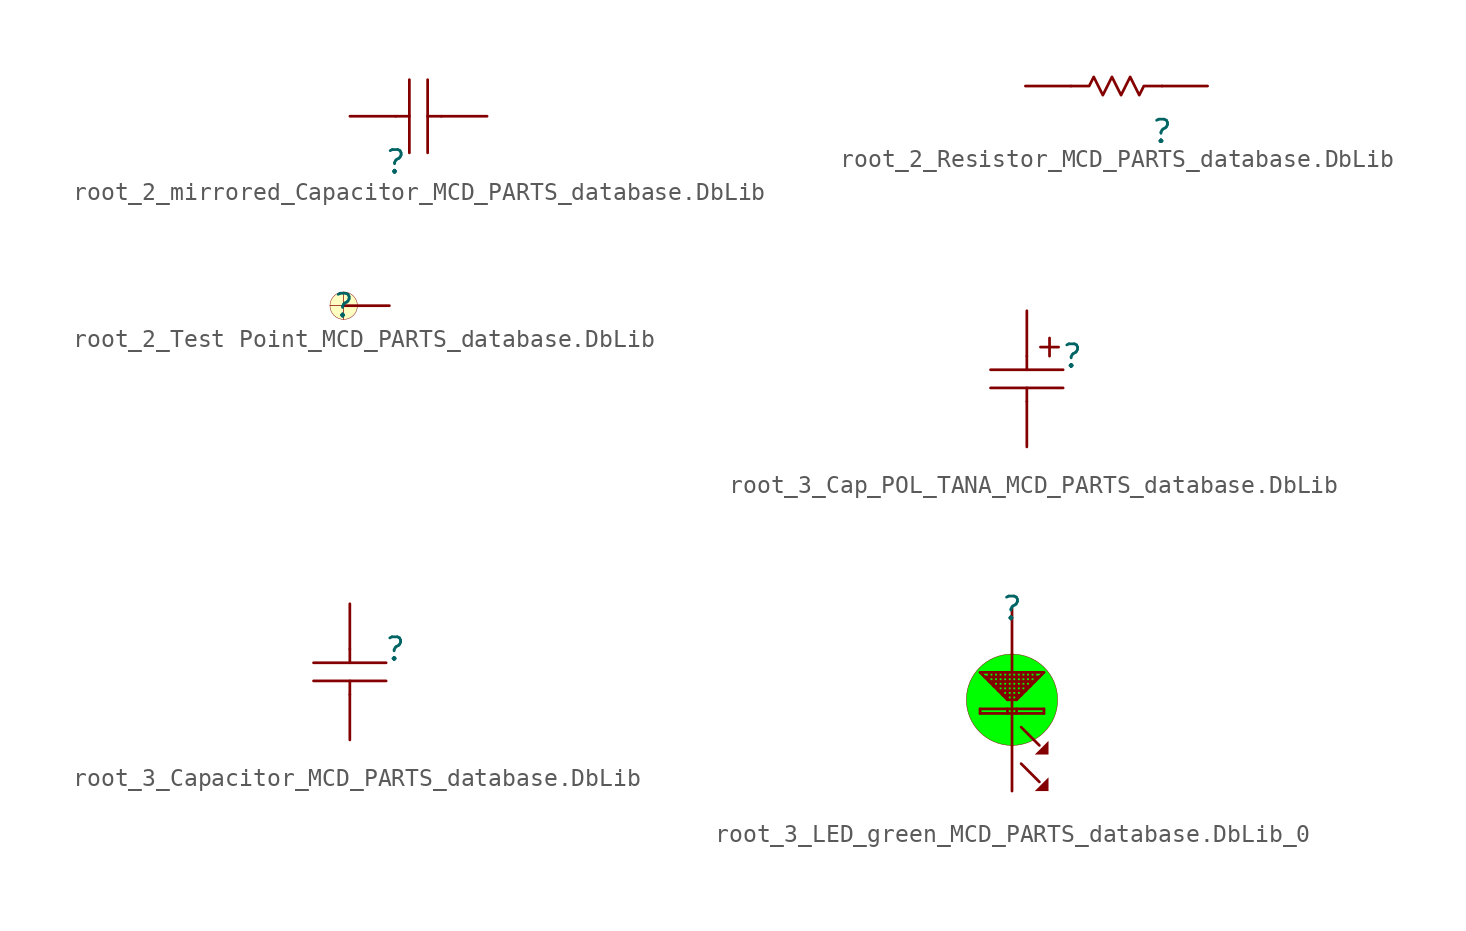
<source format=kicad_sym>
(kicad_symbol_lib
  (version 20241209)
  (generator "kicad_symbol_editor")
  (generator_version "9.0")
  (symbol "root_2_mirrored_Capacitor_MCD_PARTS_database.DbLib"
    (pin_numbers
      (hide yes))
    (pin_names
      (hide yes))
    (property "Reference" ""
      (at 0 0 0)
      (effects (font (size 1.27 1.27))))
    (property "Value" ""
      (at 0 0 0)
      (effects (font (size 1.27 1.27))))
    (symbol "root_2_mirrored_Capacitor_MCD_PARTS_database.DbLib_1_0"
      (polyline (pts (xy 0 2.54) (xy 0.762 2.54)) (stroke (width 0) (type solid)) (fill (type none)))
      (polyline (pts (xy 0.762 4.572) (xy 0.762 0.508)) (stroke (width 0) (type solid)) (fill (type none)))
      (polyline (pts (xy 1.778 0.508) (xy 1.778 4.572)) (stroke (width 0) (type solid)) (fill (type none)))
      (polyline (pts (xy 2.54 2.54) (xy 1.778 2.54)) (stroke (width 0) (type solid)) (fill (type none)))
      (pin passive line (at -2.54 2.54 0) (length 2.54) (name "1" (effects (font (size 1.27 1.27)))) (number "1" (effects (font (size 1.27 1.27)))))
      (pin passive line (at 5.08 2.54 180) (length 2.54) (name "2" (effects (font (size 1.27 1.27)))) (number "2" (effects (font (size 1.27 1.27)))))))
  (symbol "root_2_Resistor_MCD_PARTS_database.DbLib"
    (pin_numbers
      (hide yes))
    (pin_names
      (hide yes))
    (property "Reference" ""
      (at 0 0 0)
      (effects (font (size 1.27 1.27))))
    (property "Value" ""
      (at 0 0 0)
      (effects (font (size 1.27 1.27))))
    (symbol "root_2_Resistor_MCD_PARTS_database.DbLib_1_0"
      (polyline (pts (xy -5.08 2.54) (xy -4.064 2.54) (xy -3.81 3.048) (xy -3.302 2.032) (xy -2.794 3.048) (xy -2.286 2.032) (xy -1.778 3.048) (xy -1.27 2.032) (xy -1.016 2.54) (xy 0 2.54)) (stroke (width 0) (type solid)) (fill (type none)))
      (pin passive line (at -7.62 2.54 0) (length 2.54) (name "2" (effects (font (size 1.27 1.27)))) (number "2" (effects (font (size 1.27 1.27)))))
      (pin passive line (at 2.54 2.54 180) (length 2.54) (name "1" (effects (font (size 1.27 1.27)))) (number "1" (effects (font (size 1.27 1.27)))))))
  (symbol "root_2_Test Point_MCD_PARTS_database.DbLib"
    (pin_numbers
      (hide yes))
    (pin_names
      (hide yes))
    (property "Reference" ""
      (at 0 0 0)
      (effects (font (size 1.27 1.27))))
    (property "Value" ""
      (at 0 0 0)
      (effects (font (size 1.27 1.27))))
    (symbol "root_2_Test Point_MCD_PARTS_database.DbLib_1_0"
      (bezier (pts (xy -0.762 0) (xy -0.762 0) (xy -0.421 0) (xy 0 0)) (stroke (width 0.025) (type solid)) (fill (type background)))
      (bezier (pts (xy 0 0.762) (xy 0 0.762) (xy 0 0.421) (xy 0 0)) (stroke (width 0.025) (type solid)) (fill (type background)))
      (bezier (pts (xy 0 0) (xy -0.421 0) (xy -0.762 0) (xy -0.762 0)) (stroke (width 0.025) (type solid)) (fill (type background)))
      (bezier (pts (xy 0 0) (xy 0 0.421) (xy 0 0.762) (xy 0 0.762)) (stroke (width 0.025) (type solid)) (fill (type background)))
      (polyline (pts (xy 0 0) (xy 0 0.762) (xy 0 0) (xy 0 -0.762) (xy 0 0)) (stroke (width -0.0001) (type default)) (fill (type background)))
      (bezier (pts (xy 0 0) (xy 0 -0.421) (xy 0 -0.762) (xy 0 -0.762)) (stroke (width 0.025) (type solid)) (fill (type background)))
      (circle (center 0 0) (radius 0.762) (stroke (width 0.025) (type solid)) (fill (type background)))
      (bezier (pts (xy 0 0) (xy 0.421 0) (xy 0.762 0) (xy 0.762 0)) (stroke (width 0.025) (type solid)) (fill (type background)))
      (bezier (pts (xy 0 -0.762) (xy 0 -0.762) (xy 0 -0.421) (xy 0 0)) (stroke (width 0.025) (type solid)) (fill (type background)))
      (polyline (pts (xy 0.762 0) (xy 0 0) (xy -0.762 0) (xy 0 0) (xy 0.762 0)) (stroke (width -0.0001) (type default)) (fill (type background)))
      (bezier (pts (xy 0.762 0) (xy 0.762 0) (xy 0.421 0) (xy 0 0)) (stroke (width 0.025) (type solid)) (fill (type background)))
      (pin passive line (at 2.54 0 180) (length 2.54) (name "1" (effects (font (size 1.27 1.27)))) (number "1" (effects (font (size 1.27 1.27)))))))
  (symbol "root_3_Cap_POL_TANA_MCD_PARTS_database.DbLib"
    (pin_numbers
      (hide yes))
    (pin_names
      (hide yes))
    (property "Reference" ""
      (at 0 0 0)
      (effects (font (size 1.27 1.27))))
    (property "Value" ""
      (at 0 0 0)
      (effects (font (size 1.27 1.27))))
    (symbol "root_3_Cap_POL_TANA_MCD_PARTS_database.DbLib_1_0"
      (polyline (pts (xy -4.572 -0.762) (xy -0.508 -0.762)) (stroke (width 0) (type solid)) (fill (type none)))
      (polyline (pts (xy -4.572 -1.778) (xy -0.508 -1.778)) (stroke (width 0) (type solid)) (fill (type none)))
      (polyline (pts (xy -2.54 0) (xy -2.54 -0.762)) (stroke (width 0) (type solid)) (fill (type none)))
      (polyline (pts (xy -2.54 -2.54) (xy -2.54 -1.778)) (stroke (width 0) (type solid)) (fill (type none)))
      (polyline (pts (xy -1.778 0.508) (xy -0.762 0.508)) (stroke (width 0) (type solid)) (fill (type none)))
      (polyline (pts (xy -1.27 0) (xy -1.27 1.016)) (stroke (width 0) (type solid)) (fill (type none)))
      (pin passive line (at -2.54 2.54 270) (length 2.54) (name "1" (effects (font (size 1.27 1.27)))) (number "1" (effects (font (size 1.27 1.27)))))
      (pin passive line (at -2.54 -5.08 90) (length 2.54) (name "2" (effects (font (size 1.27 1.27)))) (number "2" (effects (font (size 1.27 1.27)))))))
  (symbol "root_3_Capacitor_MCD_PARTS_database.DbLib"
    (pin_numbers
      (hide yes))
    (pin_names
      (hide yes))
    (property "Reference" ""
      (at 0 0 0)
      (effects (font (size 1.27 1.27))))
    (property "Value" ""
      (at 0 0 0)
      (effects (font (size 1.27 1.27))))
    (symbol "root_3_Capacitor_MCD_PARTS_database.DbLib_1_0"
      (polyline (pts (xy -4.572 -0.762) (xy -0.508 -0.762)) (stroke (width 0) (type solid)) (fill (type none)))
      (polyline (pts (xy -2.54 0) (xy -2.54 -0.762)) (stroke (width 0) (type solid)) (fill (type none)))
      (polyline (pts (xy -2.54 -2.54) (xy -2.54 -1.778)) (stroke (width 0) (type solid)) (fill (type none)))
      (polyline (pts (xy -0.508 -1.778) (xy -4.572 -1.778)) (stroke (width 0) (type solid)) (fill (type none)))
      (pin passive line (at -2.54 2.54 270) (length 2.54) (name "1" (effects (font (size 1.27 1.27)))) (number "1" (effects (font (size 1.27 1.27)))))
      (pin passive line (at -2.54 -5.08 90) (length 2.54) (name "2" (effects (font (size 1.27 1.27)))) (number "2" (effects (font (size 1.27 1.27)))))))
  (symbol "root_3_LED_green_MCD_PARTS_database.DbLib_0"
    (pin_numbers
      (hide yes))
    (pin_names
      (hide yes))
    (property "Reference" ""
      (at 0 0 0)
      (effects (font (size 1.27 1.27))))
    (property "Value" ""
      (at 0 0 0)
      (effects (font (size 1.27 1.27))))
    (symbol "root_3_LED_green_MCD_PARTS_database.DbLib_0_1_0"
      (polyline (pts (xy -1.778 -5.588) (xy -1.778 -5.842)) (stroke (width 0) (type solid)) (fill (type none)))
      (polyline (pts (xy -1.27 -3.556) (xy -1.27 -4.064)) (stroke (width 0) (type solid)) (fill (type none)))
      (polyline (pts (xy -1.016 -3.556) (xy -1.016 -4.318)) (stroke (width 0) (type solid)) (fill (type none)))
      (polyline (pts (xy -0.762 -3.556) (xy -0.762 -4.572)) (stroke (width 0) (type solid)) (fill (type none)))
      (polyline (pts (xy -0.508 -3.556) (xy -0.508 -4.826)) (stroke (width 0) (type solid)) (fill (type none)))
      (polyline (pts (xy -0.254 -3.556) (xy -0.254 -5.08)) (stroke (width 0) (type solid)) (fill (type none)))
      (polyline (pts (xy -0.254 -5.08) (xy -1.778 -3.556)) (stroke (width 0) (type solid)) (fill (type none)))
      (polyline (pts (xy -0.254 -5.588) (xy -0.254 -5.842)) (stroke (width 0) (type solid)) (fill (type none)))
      (polyline (pts (xy 0 -2.54) (xy 0 -7.62)) (stroke (width 0) (type solid)) (fill (type none)))
      (circle (center 0 -5.08) (radius 2.54) (stroke (width 0.025) (type solid)) (fill (type color) (color 0 255 0 1)))
      (polyline (pts (xy 0.254 -3.556) (xy 0.254 -5.08)) (stroke (width 0) (type solid)) (fill (type none)))
      (polyline (pts (xy 0.254 -5.08) (xy -0.254 -5.08)) (stroke (width 0) (type solid)) (fill (type none)))
      (polyline (pts (xy 0.254 -5.588) (xy 0.254 -5.842)) (stroke (width 0) (type solid)) (fill (type none)))
      (polyline (pts (xy 0.508 -3.556) (xy 0.508 -4.826)) (stroke (width 0) (type solid)) (fill (type none)))
      (polyline (pts (xy 0.508 -4.826) (xy -0.508 -4.826)) (stroke (width 0) (type solid)) (fill (type none)))
      (polyline (pts (xy 0.508 -6.604) (xy 1.524 -7.62)) (stroke (width 0) (type solid)) (fill (type none)))
      (polyline (pts (xy 0.508 -8.636) (xy 1.524 -9.652)) (stroke (width 0) (type solid)) (fill (type none)))
      (polyline (pts (xy 0.762 -3.556) (xy 0.762 -4.572)) (stroke (width 0) (type solid)) (fill (type none)))
      (polyline (pts (xy 0.762 -4.572) (xy -0.762 -4.572)) (stroke (width 0) (type solid)) (fill (type none)))
      (polyline (pts (xy 1.016 -3.556) (xy 1.016 -4.318)) (stroke (width 0) (type solid)) (fill (type none)))
      (polyline (pts (xy 1.016 -4.318) (xy -1.016 -4.318)) (stroke (width 0) (type solid)) (fill (type none)))
      (polyline (pts (xy 1.27 -3.556) (xy 1.27 -4.064)) (stroke (width 0) (type solid)) (fill (type none)))
      (polyline (pts (xy 1.27 -4.064) (xy -1.27 -4.064)) (stroke (width 0) (type solid)) (fill (type none)))
      (polyline (pts (xy 1.524 -3.81) (xy -1.524 -3.81)) (stroke (width 0) (type solid)) (fill (type none)))
      (polyline (pts (xy 1.778 -3.556) (xy -1.778 -3.556)) (stroke (width 0) (type solid)) (fill (type none)))
      (polyline (pts (xy 1.778 -3.556) (xy 0.254 -5.08)) (stroke (width 0) (type solid)) (fill (type none)))
      (polyline (pts (xy 1.778 -5.588) (xy -1.778 -5.588)) (stroke (width 0) (type solid)) (fill (type none)))
      (polyline (pts (xy 1.778 -5.588) (xy 1.778 -5.842)) (stroke (width 0) (type solid)) (fill (type none)))
      (polyline (pts (xy 1.778 -5.842) (xy -1.778 -5.842)) (stroke (width 0) (type solid)) (fill (type none)))
      (polyline (pts (xy 2.032 -7.366) (xy 2.032 -8.128) (xy 1.27 -8.128) (xy 2.032 -7.366)) (stroke (width -0.0001) (type solid)) (fill (type outline)))
      (polyline (pts (xy 2.032 -9.398) (xy 2.032 -10.16) (xy 1.27 -10.16) (xy 2.032 -9.398)) (stroke (width -0.0001) (type solid)) (fill (type outline)))
      (pin passive line (at 0 0 270) (length 2.54) (name "" (effects (font (size 1.27 1.27)))) (number "1" (effects (font (size 1.27 1.27)))))
      (pin passive line (at 0 -10.16 90) (length 2.54) (name "" (effects (font (size 1.27 1.27)))) (number "2" (effects (font (size 1.27 1.27))))))))
</source>
